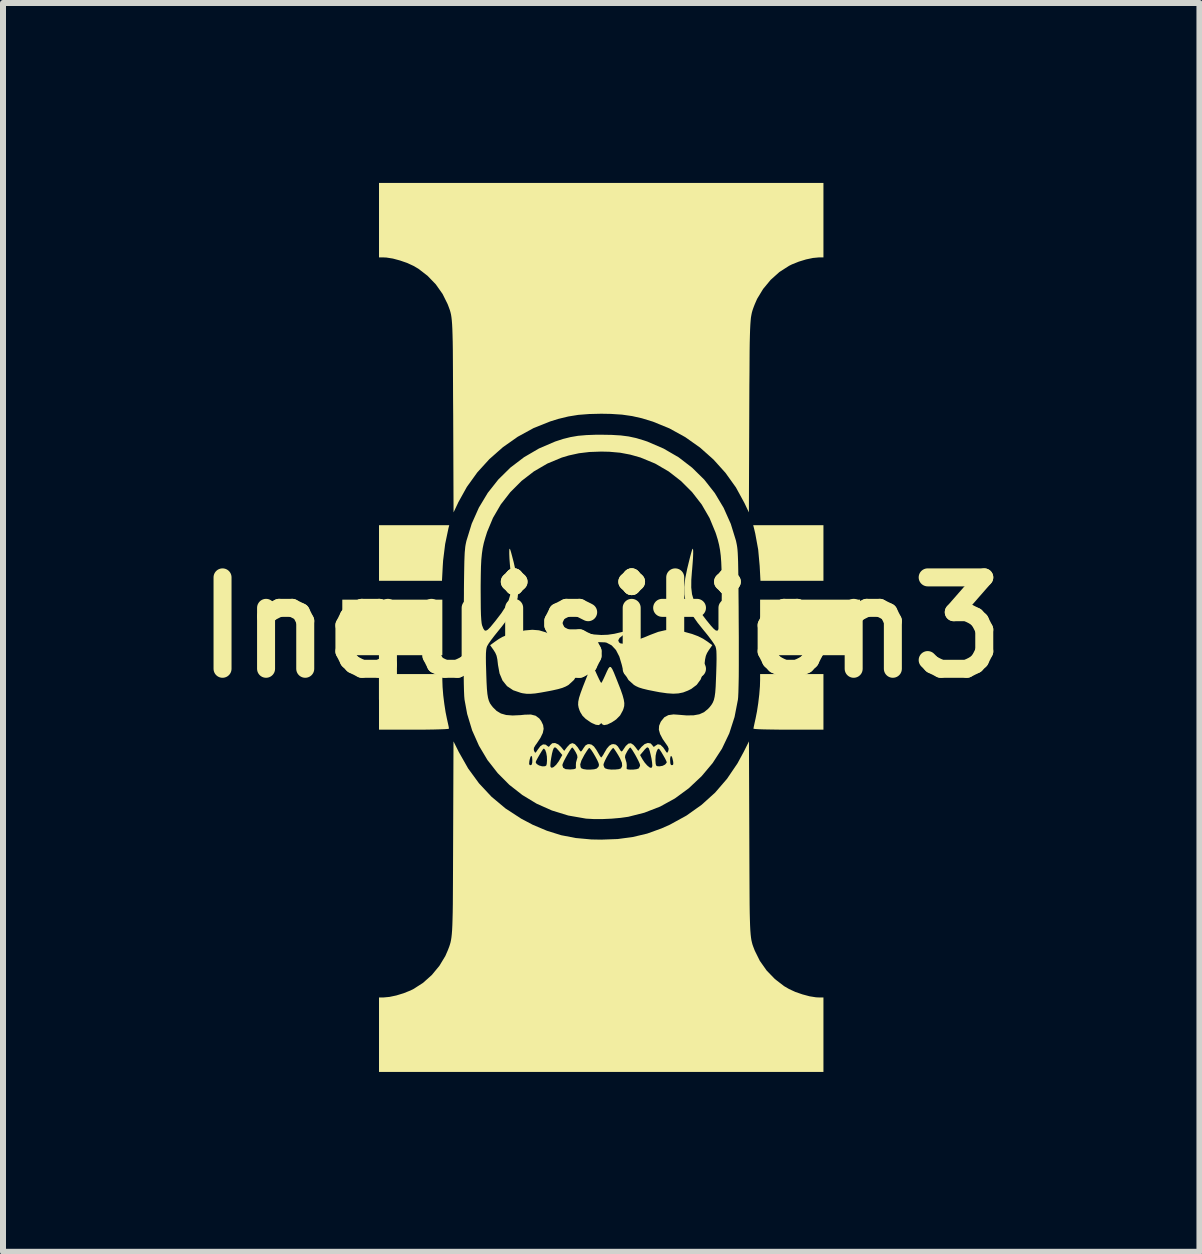
<source format=kicad_pcb>
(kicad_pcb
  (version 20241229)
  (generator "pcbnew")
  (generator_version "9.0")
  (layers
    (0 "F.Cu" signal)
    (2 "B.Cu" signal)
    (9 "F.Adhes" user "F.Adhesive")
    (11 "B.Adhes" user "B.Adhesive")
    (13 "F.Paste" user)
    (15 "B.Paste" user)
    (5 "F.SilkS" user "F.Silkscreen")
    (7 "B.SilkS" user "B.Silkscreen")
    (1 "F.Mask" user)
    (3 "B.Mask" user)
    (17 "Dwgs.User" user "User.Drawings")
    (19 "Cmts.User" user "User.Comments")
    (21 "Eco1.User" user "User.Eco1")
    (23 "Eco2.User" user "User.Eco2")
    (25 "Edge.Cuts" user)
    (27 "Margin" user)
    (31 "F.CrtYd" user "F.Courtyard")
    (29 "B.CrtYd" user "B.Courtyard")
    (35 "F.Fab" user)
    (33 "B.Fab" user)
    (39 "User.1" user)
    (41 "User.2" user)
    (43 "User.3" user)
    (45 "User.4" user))
  (footprint "Inquisition3"
    (layer "F.Cu")
    (at 6.974 7.411)
    (property "Reference" "Inquisition3" (at 0 0 0) (layer "F.SilkS") (effects (font (size 1.524 1.524) (thickness 0.3))))
    (attr board_only exclude_from_pos_files exclude_from_bom)
    (fp_poly (pts (xy -2.649 0.463) (xy -4.317 0.463) (xy -4.317 -0.463) (xy -2.649 -0.463)) (stroke (width 0) (type solid)) (fill yes) (layer "F.SilkS"))
    (fp_poly (pts (xy 4.317 0.463) (xy 2.649 0.463) (xy 2.649 -0.463) (xy 4.317 -0.463)) (stroke (width 0) (type solid)) (fill yes) (layer "F.SilkS"))
    (fp_poly (pts (xy -2.547 -1.654) (xy -2.602 -1.391) (xy -2.636 -1.117) (xy -2.642 -1.024) (xy -2.655 -0.778) (xy -3.705 -0.778) (xy -3.705 -1.704) (xy -2.534 -1.704)) (stroke (width 0) (type solid)) (fill yes) (layer "F.SilkS"))
    (fp_poly (pts (xy 3.705 -0.778) (xy 2.655 -0.778) (xy 2.642 -1.024) (xy 2.617 -1.298) (xy 2.568 -1.566) (xy 2.547 -1.654) (xy 2.534 -1.704) (xy 3.705 -1.704)) (stroke (width 0) (type solid)) (fill yes) (layer "F.SilkS"))
    (fp_poly (pts (xy -2.649 0.878) (xy -2.645 0.994) (xy -2.634 1.132) (xy -2.616 1.276) (xy -2.595 1.412) (xy -2.574 1.516) (xy -2.558 1.588) (xy -2.545 1.647) (xy -2.539 1.682) (xy -2.538 1.687) (xy -2.556 1.692) (xy -2.608 1.696) (xy -2.69 1.699) (xy -2.798 1.702) (xy -2.931 1.704) (xy -3.083 1.704) (xy -3.122 1.704) (xy -3.705 1.704) (xy -3.705 0.778) (xy -2.649 0.778)) (stroke (width 0) (type solid)) (fill yes) (layer "F.SilkS"))
    (fp_poly (pts (xy 3.705 1.704) (xy 3.122 1.704) (xy 2.965 1.704) (xy 2.828 1.702) (xy 2.713 1.7) (xy 2.625 1.697) (xy 2.565 1.693) (xy 2.539 1.689) (xy 2.538 1.687) (xy 2.542 1.663) (xy 2.553 1.611) (xy 2.568 1.543) (xy 2.574 1.516) (xy 2.597 1.4) (xy 2.618 1.262) (xy 2.635 1.118) (xy 2.646 0.982) (xy 2.649 0.878) (xy 2.649 0.778) (xy 3.705 0.778)) (stroke (width 0) (type solid)) (fill yes) (layer "F.SilkS"))
    (fp_poly (pts (xy -0.133 0.666) (xy -0.11 0.701) (xy -0.083 0.761) (xy -0.063 0.805) (xy -0.035 0.864) (xy -0.013 0.907) (xy -0.000477 0.925) (xy 0 0.925) (xy 0.012 0.91) (xy 0.033 0.869) (xy 0.06 0.811) (xy 0.063 0.805) (xy 0.095 0.733) (xy 0.12 0.683) (xy 0.141 0.659) (xy 0.161 0.661) (xy 0.183 0.692) (xy 0.211 0.752) (xy 0.248 0.844) (xy 0.275 0.912) (xy 0.323 1.034) (xy 0.356 1.129) (xy 0.376 1.203) (xy 0.385 1.261) (xy 0.383 1.31) (xy 0.371 1.356) (xy 0.36 1.385) (xy 0.315 1.467) (xy 0.249 1.534) (xy 0.174 1.584) (xy 0.101 1.619) (xy 0.046 1.629) (xy 0.014 1.613) (xy 0.011 1.607) (xy -0.001 1.594) (xy -0.011 1.607) (xy -0.039 1.628) (xy -0.089 1.623) (xy -0.156 1.594) (xy -0.185 1.577) (xy -0.26 1.524) (xy -0.311 1.474) (xy -0.348 1.414) (xy -0.361 1.385) (xy -0.377 1.337) (xy -0.385 1.291) (xy -0.383 1.239) (xy -0.37 1.175) (xy -0.344 1.094) (xy -0.305 0.988) (xy -0.275 0.912) (xy -0.231 0.801) (xy -0.198 0.723) (xy -0.173 0.675) (xy -0.152 0.657)) (stroke (width 0) (type solid)) (fill yes) (layer "F.SilkS"))
    (fp_poly (pts (xy 2.469 3.52) (xy 2.47 3.805) (xy 2.471 4.054) (xy 2.472 4.272) (xy 2.473 4.46) (xy 2.474 4.621) (xy 2.476 4.759) (xy 2.479 4.874) (xy 2.482 4.97) (xy 2.486 5.05) (xy 2.491 5.115) (xy 2.497 5.169) (xy 2.504 5.214) (xy 2.513 5.253) (xy 2.522 5.287) (xy 2.534 5.321) (xy 2.547 5.355) (xy 2.561 5.391) (xy 2.645 5.56) (xy 2.758 5.72) (xy 2.895 5.862) (xy 3.048 5.98) (xy 3.13 6.028) (xy 3.236 6.077) (xy 3.355 6.118) (xy 3.474 6.15) (xy 3.581 6.167) (xy 3.625 6.169) (xy 3.705 6.169) (xy 3.705 7.411) (xy -3.705 7.411) (xy -3.705 6.169) (xy -3.625 6.169) (xy -3.53 6.16) (xy -3.416 6.136) (xy -3.295 6.099) (xy -3.18 6.053) (xy -3.13 6.028) (xy -2.971 5.926) (xy -2.825 5.795) (xy -2.699 5.643) (xy -2.599 5.478) (xy -2.561 5.391) (xy -2.546 5.353) (xy -2.533 5.319) (xy -2.522 5.285) (xy -2.512 5.25) (xy -2.504 5.211) (xy -2.497 5.166) (xy -2.491 5.111) (xy -2.486 5.045) (xy -2.482 4.964) (xy -2.479 4.867) (xy -2.476 4.75) (xy -2.474 4.612) (xy -2.473 4.449) (xy -2.472 4.259) (xy -2.471 4.039) (xy -2.47 3.787) (xy -2.469 3.52) (xy -2.463 1.9) (xy -2.375 2.076) (xy -2.219 2.351) (xy -2.038 2.599) (xy -1.83 2.822) (xy -1.596 3.018) (xy -1.335 3.188) (xy -1.142 3.29) (xy -0.905 3.39) (xy -0.669 3.464) (xy -0.425 3.511) (xy -0.164 3.535) (xy 0 3.538) (xy 0.275 3.528) (xy 0.527 3.494) (xy 0.767 3.437) (xy 1.002 3.352) (xy 1.142 3.29) (xy 1.421 3.137) (xy 1.673 2.958) (xy 1.899 2.754) (xy 2.098 2.523) (xy 2.272 2.266) (xy 2.375 2.076) (xy 2.463 1.9)) (stroke (width 0) (type solid)) (fill yes) (layer "F.SilkS"))
    (fp_poly (pts (xy 3.705 -6.169) (xy 3.625 -6.169) (xy 3.53 -6.16) (xy 3.416 -6.136) (xy 3.295 -6.099) (xy 3.18 -6.053) (xy 3.13 -6.028) (xy 2.971 -5.926) (xy 2.825 -5.795) (xy 2.699 -5.643) (xy 2.599 -5.478) (xy 2.561 -5.391) (xy 2.546 -5.353) (xy 2.533 -5.318) (xy 2.522 -5.285) (xy 2.512 -5.25) (xy 2.504 -5.211) (xy 2.496 -5.165) (xy 2.491 -5.111) (xy 2.486 -5.044) (xy 2.482 -4.963) (xy 2.479 -4.865) (xy 2.476 -4.748) (xy 2.474 -4.609) (xy 2.473 -4.446) (xy 2.472 -4.255) (xy 2.47 -4.035) (xy 2.469 -3.782) (xy 2.468 -3.529) (xy 2.462 -1.918) (xy 2.388 -2.074) (xy 2.246 -2.334) (xy 2.072 -2.577) (xy 1.872 -2.799) (xy 1.647 -2.999) (xy 1.401 -3.173) (xy 1.138 -3.318) (xy 0.862 -3.431) (xy 0.852 -3.434) (xy 0.679 -3.487) (xy 0.515 -3.524) (xy 0.347 -3.548) (xy 0.163 -3.56) (xy 0 -3.563) (xy -0.203 -3.558) (xy -0.382 -3.544) (xy -0.549 -3.517) (xy -0.714 -3.477) (xy -0.852 -3.434) (xy -1.129 -3.323) (xy -1.392 -3.179) (xy -1.638 -3.006) (xy -1.864 -2.807) (xy -2.066 -2.585) (xy -2.24 -2.343) (xy -2.384 -2.084) (xy -2.388 -2.074) (xy -2.462 -1.918) (xy -2.468 -3.529) (xy -2.47 -3.813) (xy -2.471 -4.061) (xy -2.472 -4.278) (xy -2.473 -4.466) (xy -2.474 -4.626) (xy -2.476 -4.763) (xy -2.479 -4.878) (xy -2.482 -4.973) (xy -2.486 -5.052) (xy -2.491 -5.117) (xy -2.497 -5.171) (xy -2.504 -5.216) (xy -2.513 -5.254) (xy -2.523 -5.289) (xy -2.535 -5.322) (xy -2.548 -5.357) (xy -2.561 -5.391) (xy -2.645 -5.56) (xy -2.758 -5.72) (xy -2.895 -5.862) (xy -3.048 -5.98) (xy -3.13 -6.028) (xy -3.236 -6.077) (xy -3.355 -6.118) (xy -3.474 -6.15) (xy -3.581 -6.167) (xy -3.625 -6.169) (xy -3.705 -6.169) (xy -3.705 -7.411) (xy 3.705 -7.411)) (stroke (width 0) (type solid)) (fill yes) (layer "F.SilkS"))
    (fp_poly (pts (xy -1.037 0.048) (xy -0.932 0.079) (xy -0.917 0.085) (xy -0.801 0.133) (xy -0.686 0.177) (xy -0.579 0.216) (xy -0.486 0.246) (xy -0.413 0.266) (xy -0.366 0.275) (xy -0.358 0.274) (xy -0.314 0.258) (xy -0.289 0.234) (xy -0.28 0.207) (xy -0.296 0.182) (xy -0.322 0.16) (xy -0.371 0.122) (xy -0.415 0.087) (xy -0.415 0.087) (xy -0.454 0.053) (xy -0.408 0.063) (xy -0.248 0.097) (xy -0.114 0.118) (xy 0.002 0.126) (xy 0.11 0.122) (xy 0.219 0.106) (xy 0.312 0.084) (xy 0.374 0.07) (xy 0.419 0.062) (xy 0.439 0.062) (xy 0.43 0.076) (xy 0.397 0.104) (xy 0.362 0.13) (xy 0.305 0.176) (xy 0.284 0.215) (xy 0.296 0.248) (xy 0.318 0.265) (xy 0.355 0.271) (xy 0.42 0.261) (xy 0.508 0.239) (xy 0.615 0.204) (xy 0.734 0.159) (xy 0.815 0.125) (xy 0.95 0.074) (xy 1.069 0.046) (xy 1.184 0.04) (xy 1.308 0.055) (xy 1.389 0.074) (xy 1.515 0.109) (xy 1.614 0.146) (xy 1.698 0.188) (xy 1.774 0.238) (xy 1.852 0.296) (xy 1.794 0.378) (xy 1.764 0.427) (xy 1.744 0.475) (xy 1.731 0.537) (xy 1.722 0.616) (xy 1.699 0.757) (xy 1.657 0.869) (xy 1.592 0.957) (xy 1.502 1.025) (xy 1.444 1.054) (xy 1.366 1.084) (xy 1.288 1.1) (xy 1.201 1.105) (xy 1.098 1.098) (xy 0.971 1.08) (xy 0.893 1.065) (xy 0.778 1.042) (xy 0.692 1.021) (xy 0.628 1.001) (xy 0.578 0.978) (xy 0.546 0.959) (xy 0.455 0.877) (xy 0.388 0.766) (xy 0.343 0.626) (xy 0.343 0.623) (xy 0.302 0.486) (xy 0.246 0.377) (xy 0.175 0.3) (xy 0.091 0.255) (xy 0.064 0.249) (xy -0.042 0.245) (xy -0.136 0.275) (xy -0.215 0.339) (xy -0.28 0.434) (xy -0.328 0.561) (xy -0.343 0.623) (xy -0.387 0.764) (xy -0.454 0.875) (xy -0.544 0.958) (xy -0.546 0.959) (xy -0.592 0.985) (xy -0.648 1.008) (xy -0.721 1.029) (xy -0.819 1.051) (xy -0.881 1.063) (xy -1.007 1.086) (xy -1.104 1.101) (xy -1.182 1.107) (xy -1.247 1.106) (xy -1.307 1.098) (xy -1.339 1.091) (xy -1.468 1.047) (xy -1.57 0.979) (xy -1.645 0.886) (xy -1.695 0.767) (xy -1.722 0.62) (xy -1.722 0.616) (xy -1.732 0.532) (xy -1.745 0.472) (xy -1.766 0.423) (xy -1.794 0.378) (xy -1.852 0.296) (xy -1.774 0.239) (xy -1.709 0.194) (xy -1.651 0.16) (xy -1.588 0.133) (xy -1.51 0.108) (xy -1.422 0.083) (xy -1.274 0.05) (xy -1.148 0.039)) (stroke (width 0) (type solid)) (fill yes) (layer "F.SilkS"))
    (fp_poly (pts (xy 0.176 -3.21) (xy 0.326 -3.201) (xy 0.458 -3.184) (xy 0.583 -3.157) (xy 0.709 -3.119) (xy 0.769 -3.099) (xy 1.04 -2.982) (xy 1.29 -2.837) (xy 1.516 -2.663) (xy 1.718 -2.464) (xy 1.894 -2.24) (xy 2.041 -1.994) (xy 2.16 -1.727) (xy 2.247 -1.445) (xy 2.254 -1.411) (xy 2.261 -1.377) (xy 2.267 -1.34) (xy 2.272 -1.296) (xy 2.276 -1.243) (xy 2.279 -1.177) (xy 2.282 -1.096) (xy 2.284 -0.995) (xy 2.286 -0.873) (xy 2.288 -0.726) (xy 2.289 -0.551) (xy 2.291 -0.344) (xy 2.292 -0.121) (xy 2.294 0.168) (xy 2.294 0.42) (xy 2.294 0.637) (xy 2.293 0.819) (xy 2.29 0.967) (xy 2.287 1.081) (xy 2.283 1.163) (xy 2.279 1.204) (xy 2.223 1.493) (xy 2.135 1.766) (xy 2.013 2.022) (xy 1.858 2.261) (xy 1.674 2.48) (xy 1.459 2.682) (xy 1.229 2.851) (xy 0.982 2.987) (xy 0.719 3.089) (xy 0.451 3.157) (xy 0.324 3.175) (xy 0.177 3.188) (xy 0.024 3.195) (xy -0.123 3.195) (xy -0.248 3.188) (xy -0.263 3.186) (xy -0.549 3.136) (xy -0.822 3.052) (xy -1.078 2.938) (xy -1.315 2.794) (xy -1.532 2.624) (xy -1.726 2.429) (xy -1.846 2.275) (xy -1.202 2.275) (xy -1.193 2.294) (xy -1.179 2.297) (xy -1.16 2.289) (xy -1.151 2.258) (xy -1.15 2.248) (xy -1.093 2.248) (xy -1.077 2.276) (xy -1.037 2.301) (xy -0.988 2.315) (xy -0.972 2.316) (xy -0.936 2.314) (xy -0.917 2.303) (xy -0.915 2.299) (xy -0.848 2.299) (xy -0.845 2.326) (xy -0.825 2.341) (xy -0.793 2.328) (xy -0.758 2.296) (xy -0.648 2.296) (xy -0.635 2.339) (xy -0.594 2.363) (xy -0.523 2.368) (xy -0.51 2.368) (xy -0.455 2.363) (xy -0.428 2.354) (xy -0.421 2.335) (xy -0.423 2.31) (xy -0.422 2.282) (xy -0.35 2.282) (xy -0.344 2.329) (xy -0.33 2.349) (xy -0.297 2.362) (xy -0.242 2.37) (xy -0.177 2.37) (xy -0.116 2.365) (xy -0.073 2.352) (xy -0.073 2.352) (xy -0.044 2.32) (xy -0.037 2.293) (xy -0.037 2.293) (xy 0.037 2.293) (xy 0.051 2.334) (xy 0.069 2.351) (xy 0.11 2.364) (xy 0.169 2.37) (xy 0.234 2.369) (xy 0.291 2.363) (xy 0.327 2.351) (xy 0.33 2.349) (xy 0.349 2.311) (xy 0.345 2.257) (xy 0.314 2.184) (xy 0.303 2.164) (xy 0.396 2.164) (xy 0.406 2.202) (xy 0.407 2.204) (xy 0.422 2.257) (xy 0.426 2.3) (xy 0.424 2.34) (xy 0.424 2.358) (xy 0.442 2.367) (xy 0.484 2.371) (xy 0.536 2.37) (xy 0.586 2.364) (xy 0.621 2.353) (xy 0.626 2.349) (xy 0.646 2.312) (xy 0.648 2.296) (xy 0.64 2.268) (xy 0.618 2.22) (xy 0.587 2.161) (xy 0.569 2.128) (xy 0.648 2.128) (xy 0.688 2.199) (xy 0.725 2.254) (xy 0.766 2.301) (xy 0.805 2.333) (xy 0.833 2.343) (xy 0.837 2.341) (xy 0.851 2.317) (xy 0.852 2.302) (xy 0.848 2.252) (xy 0.841 2.205) (xy 0.904 2.205) (xy 0.904 2.219) (xy 0.908 2.275) (xy 0.917 2.304) (xy 0.937 2.314) (xy 0.972 2.316) (xy 1.024 2.307) (xy 1.063 2.287) (xy 1.064 2.287) (xy 1.087 2.26) (xy 1.093 2.248) (xy 1.084 2.225) (xy 1.077 2.21) (xy 1.149 2.21) (xy 1.152 2.265) (xy 1.162 2.292) (xy 1.179 2.297) (xy 1.198 2.29) (xy 1.202 2.263) (xy 1.198 2.229) (xy 1.184 2.17) (xy 1.169 2.143) (xy 1.157 2.148) (xy 1.149 2.186) (xy 1.149 2.21) (xy 1.077 2.21) (xy 1.063 2.182) (xy 1.033 2.13) (xy 1.003 2.079) (xy 0.976 2.039) (xy 0.96 2.02) (xy 0.959 2.02) (xy 0.938 2.036) (xy 0.92 2.079) (xy 0.907 2.139) (xy 0.904 2.205) (xy 0.841 2.205) (xy 0.838 2.186) (xy 0.823 2.117) (xy 0.808 2.057) (xy 0.794 2.017) (xy 0.79 2.012) (xy 0.774 1.999) (xy 0.755 2.006) (xy 0.723 2.038) (xy 0.709 2.056) (xy 0.648 2.128) (xy 0.569 2.128) (xy 0.553 2.101) (xy 0.521 2.048) (xy 0.495 2.012) (xy 0.483 2.001) (xy 0.467 2.016) (xy 0.441 2.053) (xy 0.428 2.076) (xy 0.402 2.127) (xy 0.396 2.164) (xy 0.303 2.164) (xy 0.285 2.132) (xy 0.249 2.074) (xy 0.22 2.031) (xy 0.203 2.01) (xy 0.202 2.009) (xy 0.186 2.019) (xy 0.159 2.053) (xy 0.126 2.104) (xy 0.092 2.162) (xy 0.063 2.219) (xy 0.043 2.267) (xy 0.037 2.293) (xy -0.037 2.293) (xy -0.045 2.26) (xy -0.067 2.211) (xy -0.098 2.153) (xy -0.132 2.095) (xy -0.164 2.046) (xy -0.19 2.015) (xy -0.202 2.009) (xy -0.219 2.029) (xy -0.248 2.072) (xy -0.283 2.128) (xy -0.285 2.132) (xy -0.33 2.218) (xy -0.35 2.282) (xy -0.422 2.282) (xy -0.42 2.252) (xy -0.407 2.204) (xy -0.396 2.166) (xy -0.402 2.129) (xy -0.426 2.079) (xy -0.428 2.076) (xy -0.455 2.032) (xy -0.477 2.005) (xy -0.483 2.001) (xy -0.499 2.016) (xy -0.525 2.055) (xy -0.558 2.11) (xy -0.592 2.171) (xy -0.622 2.228) (xy -0.642 2.274) (xy -0.648 2.296) (xy -0.758 2.296) (xy -0.753 2.292) (xy -0.711 2.236) (xy -0.696 2.211) (xy -0.649 2.127) (xy -0.709 2.055) (xy -0.746 2.014) (xy -0.768 1.999) (xy -0.785 2.005) (xy -0.791 2.012) (xy -0.806 2.047) (xy -0.821 2.105) (xy -0.834 2.175) (xy -0.844 2.243) (xy -0.848 2.299) (xy -0.915 2.299) (xy -0.908 2.273) (xy -0.904 2.219) (xy -0.906 2.152) (xy -0.917 2.09) (xy -0.934 2.043) (xy -0.955 2.02) (xy -0.959 2.02) (xy -0.973 2.034) (xy -0.998 2.072) (xy -1.028 2.122) (xy -1.058 2.174) (xy -1.082 2.219) (xy -1.093 2.246) (xy -1.093 2.248) (xy -1.15 2.248) (xy -1.149 2.21) (xy -1.153 2.158) (xy -1.164 2.141) (xy -1.179 2.156) (xy -1.193 2.204) (xy -1.198 2.229) (xy -1.202 2.275) (xy -1.846 2.275) (xy -1.896 2.212) (xy -2.038 1.973) (xy -2.152 1.717) (xy -2.235 1.443) (xy -2.279 1.204) (xy -2.284 1.147) (xy -2.288 1.057) (xy -2.291 0.935) (xy -2.293 0.78) (xy -2.294 0.589) (xy -2.294 0.364) (xy -2.293 0.104) (xy -2.292 -0.121) (xy -2.291 -0.359) (xy -2.289 -0.563) (xy -2.289 -0.63) (xy -2.01 -0.63) (xy -2.009 -0.457) (xy -2.008 -0.318) (xy -2.005 -0.209) (xy -2 -0.128) (xy -1.994 -0.071) (xy -1.987 -0.036) (xy -1.986 -0.034) (xy -1.966 0.018) (xy -1.946 0.048) (xy -1.923 0.055) (xy -1.891 0.037) (xy -1.848 -0.006) (xy -1.789 -0.078) (xy -1.759 -0.115) (xy -1.664 -0.239) (xy -1.594 -0.347) (xy -1.545 -0.448) (xy -1.515 -0.55) (xy -1.501 -0.662) (xy -1.502 -0.792) (xy -1.514 -0.949) (xy -1.514 -0.954) (xy -1.523 -1.053) (xy -1.53 -1.147) (xy -1.533 -1.225) (xy -1.533 -1.277) (xy -1.533 -1.278) (xy -1.531 -1.305) (xy -1.525 -1.313) (xy -1.517 -1.297) (xy -1.504 -1.256) (xy -1.485 -1.185) (xy -1.458 -1.081) (xy -1.457 -1.075) (xy -1.416 -0.897) (xy -1.39 -0.746) (xy -1.382 -0.614) (xy -1.393 -0.496) (xy -1.425 -0.383) (xy -1.478 -0.27) (xy -1.555 -0.15) (xy -1.657 -0.015) (xy -1.722 0.065) (xy -1.783 0.141) (xy -1.837 0.212) (xy -1.879 0.272) (xy -1.902 0.312) (xy -1.903 0.313) (xy -1.912 0.342) (xy -1.918 0.379) (xy -1.922 0.432) (xy -1.923 0.504) (xy -1.922 0.602) (xy -1.918 0.73) (xy -1.917 0.767) (xy -1.912 0.911) (xy -1.906 1.022) (xy -1.898 1.108) (xy -1.887 1.174) (xy -1.873 1.224) (xy -1.854 1.266) (xy -1.828 1.303) (xy -1.807 1.33) (xy -1.744 1.392) (xy -1.672 1.435) (xy -1.585 1.46) (xy -1.478 1.468) (xy -1.344 1.462) (xy -1.277 1.455) (xy -1.173 1.452) (xy -1.094 1.472) (xy -1.033 1.517) (xy -1 1.562) (xy -0.969 1.627) (xy -0.96 1.691) (xy -0.974 1.76) (xy -1.013 1.841) (xy -1.078 1.939) (xy -1.096 1.963) (xy -1.122 2.008) (xy -1.124 2.043) (xy -1.118 2.06) (xy -1.104 2.086) (xy -1.092 2.086) (xy -1.072 2.058) (xy -1.065 2.047) (xy -1.015 1.98) (xy -0.97 1.95) (xy -0.927 1.954) (xy -0.901 1.974) (xy -0.877 1.991) (xy -0.86 1.978) (xy -0.852 1.964) (xy -0.817 1.931) (xy -0.769 1.927) (xy -0.715 1.951) (xy -0.671 1.992) (xy -0.617 2.058) (xy -0.567 1.992) (xy -0.522 1.945) (xy -0.481 1.929) (xy -0.439 1.946) (xy -0.393 1.997) (xy -0.359 2.05) (xy -0.344 2.068) (xy -0.33 2.064) (xy -0.307 2.032) (xy -0.297 2.015) (xy -0.263 1.968) (xy -0.228 1.948) (xy -0.203 1.945) (xy -0.161 1.954) (xy -0.121 1.985) (xy -0.08 2.042) (xy -0.047 2.099) (xy -0.022 2.142) (xy -0.004 2.166) (xy 0 2.168) (xy 0.014 2.153) (xy 0.038 2.116) (xy 0.047 2.099) (xy 0.093 2.021) (xy 0.134 1.973) (xy 0.174 1.949) (xy 0.203 1.945) (xy 0.244 1.954) (xy 0.277 1.984) (xy 0.297 2.015) (xy 0.323 2.056) (xy 0.34 2.069) (xy 0.354 2.058) (xy 0.359 2.05) (xy 0.41 1.976) (xy 0.453 1.937) (xy 0.495 1.931) (xy 0.537 1.958) (xy 0.567 1.992) (xy 0.617 2.058) (xy 0.671 1.992) (xy 0.724 1.945) (xy 0.777 1.926) (xy 0.824 1.934) (xy 0.852 1.964) (xy 0.871 1.99) (xy 0.89 1.984) (xy 0.901 1.974) (xy 0.943 1.948) (xy 0.987 1.957) (xy 1.033 2.001) (xy 1.065 2.047) (xy 1.088 2.082) (xy 1.102 2.089) (xy 1.114 2.068) (xy 1.118 2.06) (xy 1.125 2.023) (xy 1.11 1.984) (xy 1.096 1.963) (xy 1.025 1.861) (xy 0.981 1.777) (xy 0.961 1.705) (xy 0.965 1.64) (xy 0.991 1.576) (xy 1 1.562) (xy 1.052 1.498) (xy 1.119 1.462) (xy 1.206 1.45) (xy 1.277 1.455) (xy 1.424 1.467) (xy 1.542 1.465) (xy 1.636 1.448) (xy 1.714 1.413) (xy 1.78 1.359) (xy 1.807 1.33) (xy 1.837 1.292) (xy 1.86 1.254) (xy 1.878 1.21) (xy 1.891 1.155) (xy 1.901 1.084) (xy 1.908 0.991) (xy 1.913 0.87) (xy 1.917 0.767) (xy 1.921 0.631) (xy 1.923 0.526) (xy 1.922 0.448) (xy 1.92 0.391) (xy 1.914 0.35) (xy 1.906 0.32) (xy 1.903 0.313) (xy 1.881 0.275) (xy 1.84 0.216) (xy 1.787 0.145) (xy 1.726 0.069) (xy 1.722 0.065) (xy 1.606 -0.08) (xy 1.516 -0.208) (xy 1.45 -0.324) (xy 1.407 -0.436) (xy 1.386 -0.55) (xy 1.384 -0.674) (xy 1.4 -0.814) (xy 1.433 -0.977) (xy 1.457 -1.075) (xy 1.483 -1.18) (xy 1.503 -1.253) (xy 1.516 -1.296) (xy 1.525 -1.313) (xy 1.53 -1.306) (xy 1.533 -1.28) (xy 1.533 -1.278) (xy 1.533 -1.228) (xy 1.53 -1.15) (xy 1.523 -1.057) (xy 1.515 -0.958) (xy 1.514 -0.954) (xy 1.502 -0.796) (xy 1.501 -0.665) (xy 1.514 -0.553) (xy 1.544 -0.451) (xy 1.592 -0.35) (xy 1.662 -0.242) (xy 1.756 -0.118) (xy 1.759 -0.115) (xy 1.826 -0.032) (xy 1.876 0.023) (xy 1.911 0.051) (xy 1.937 0.054) (xy 1.958 0.033) (xy 1.977 -0.01) (xy 1.986 -0.034) (xy 1.994 -0.068) (xy 2 -0.123) (xy 2.004 -0.202) (xy 2.008 -0.308) (xy 2.009 -0.445) (xy 2.01 -0.615) (xy 2.01 -0.63) (xy 2.009 -0.812) (xy 2.006 -0.964) (xy 2.001 -1.09) (xy 1.993 -1.197) (xy 1.981 -1.29) (xy 1.965 -1.376) (xy 1.944 -1.461) (xy 1.917 -1.549) (xy 1.905 -1.584) (xy 1.806 -1.824) (xy 1.675 -2.05) (xy 1.515 -2.256) (xy 1.33 -2.441) (xy 1.124 -2.601) (xy 0.899 -2.732) (xy 0.659 -2.831) (xy 0.658 -2.832) (xy 0.485 -2.881) (xy 0.316 -2.913) (xy 0.135 -2.929) (xy 0 -2.932) (xy -0.197 -2.925) (xy -0.372 -2.904) (xy -0.541 -2.867) (xy -0.658 -2.832) (xy -0.898 -2.732) (xy -1.123 -2.601) (xy -1.329 -2.442) (xy -1.514 -2.257) (xy -1.674 -2.051) (xy -1.805 -1.826) (xy -1.905 -1.586) (xy -1.905 -1.584) (xy -1.934 -1.492) (xy -1.958 -1.407) (xy -1.976 -1.322) (xy -1.989 -1.232) (xy -1.999 -1.131) (xy -2.005 -1.013) (xy -2.008 -0.871) (xy -2.01 -0.701) (xy -2.01 -0.63) (xy -2.289 -0.63) (xy -2.288 -0.736) (xy -2.286 -0.882) (xy -2.284 -1.002) (xy -2.282 -1.101) (xy -2.279 -1.182) (xy -2.276 -1.247) (xy -2.271 -1.299) (xy -2.267 -1.343) (xy -2.261 -1.38) (xy -2.254 -1.414) (xy -2.247 -1.445) (xy -2.159 -1.73) (xy -2.04 -1.997) (xy -1.892 -2.243) (xy -1.716 -2.466) (xy -1.514 -2.665) (xy -1.287 -2.838) (xy -1.037 -2.984) (xy -0.769 -3.099) (xy -0.638 -3.142) (xy -0.514 -3.173) (xy -0.386 -3.195) (xy -0.246 -3.207) (xy -0.082 -3.213) (xy 0 -3.213)) (stroke (width 0) (type solid)) (fill yes) (layer "F.SilkS")))
  (gr_rect
    (start -3 -3)
    (end 16.948 17.821)
    (stroke (width 0.1) (type default))
    (fill no)
    (layer "Edge.Cuts")))
</source>
